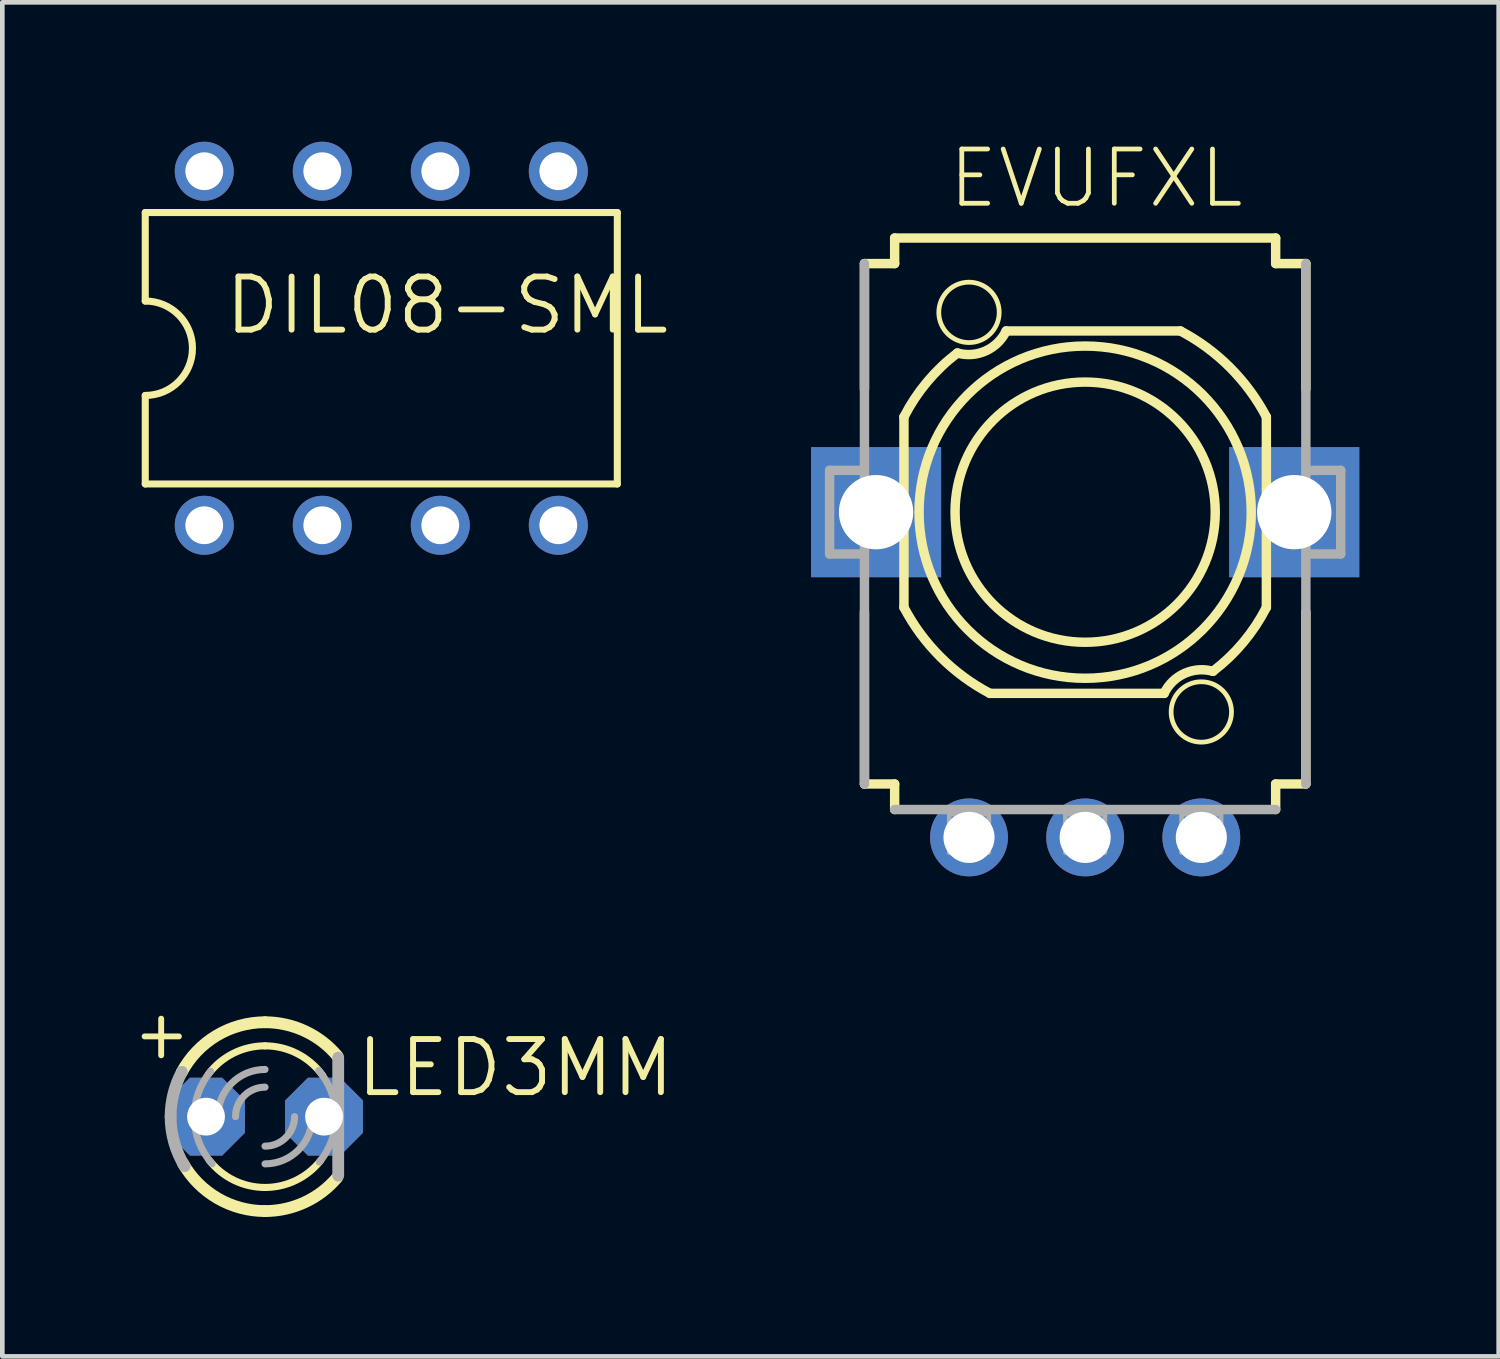
<source format=kicad_pcb>
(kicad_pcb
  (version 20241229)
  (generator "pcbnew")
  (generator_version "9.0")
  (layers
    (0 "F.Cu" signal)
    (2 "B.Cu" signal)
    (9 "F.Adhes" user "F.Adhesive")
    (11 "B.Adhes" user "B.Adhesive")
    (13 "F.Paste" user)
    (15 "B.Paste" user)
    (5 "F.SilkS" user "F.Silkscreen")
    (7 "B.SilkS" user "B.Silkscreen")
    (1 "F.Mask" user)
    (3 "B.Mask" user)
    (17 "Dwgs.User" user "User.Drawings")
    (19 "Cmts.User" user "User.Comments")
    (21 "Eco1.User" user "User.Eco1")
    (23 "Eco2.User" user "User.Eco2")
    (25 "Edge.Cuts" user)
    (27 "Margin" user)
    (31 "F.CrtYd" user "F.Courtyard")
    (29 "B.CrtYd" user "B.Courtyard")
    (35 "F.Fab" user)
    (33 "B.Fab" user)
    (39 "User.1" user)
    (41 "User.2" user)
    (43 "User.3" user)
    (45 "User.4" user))
  (footprint "DIL08-SML"
    (layer "F.Cu")
    (at 5.156 4.445)
    (property "Reference" "DIL08-SML" (at -3.429 -0.254 0) (layer "F.SilkS") (effects (font (size 1.143 1.143) (thickness 0.127)) (justify left bottom)))
    (fp_line (start -5.08 -2.921) (end -5.08 -1.016) (stroke (width 0.152) (type solid)) (layer "F.SilkS"))
    (fp_line (start -5.08 2.921) (end -5.08 1.016) (stroke (width 0.152) (type solid)) (layer "F.SilkS"))
    (fp_line (start -5.08 2.921) (end 5.08 2.921) (stroke (width 0.152) (type solid)) (layer "F.SilkS"))
    (fp_line (start 5.08 -2.921) (end -5.08 -2.921) (stroke (width 0.152) (type solid)) (layer "F.SilkS"))
    (fp_line (start 5.08 -2.921) (end 5.08 2.921) (stroke (width 0.152) (type solid)) (layer "F.SilkS"))
    (fp_arc (start -5.08 -1.016) (mid -4.064 0) (end -5.08 1.016) (stroke (width 0.1524) (type solid)) (layer "F.SilkS"))
    (pad "1" thru_hole circle (at -3.81 3.81 90) (size 1.27 1.27) (drill 0.813) (layers "*.Cu" "*.Mask"))
    (pad "2" thru_hole circle (at -1.27 3.81 90) (size 1.27 1.27) (drill 0.813) (layers "*.Cu" "*.Mask"))
    (pad "3" thru_hole circle (at 1.27 3.81 90) (size 1.27 1.27) (drill 0.813) (layers "*.Cu" "*.Mask"))
    (pad "4" thru_hole circle (at 3.81 3.81 90) (size 1.27 1.27) (drill 0.813) (layers "*.Cu" "*.Mask"))
    (pad "5" thru_hole circle (at 3.81 -3.81 90) (size 1.27 1.27) (drill 0.813) (layers "*.Cu" "*.Mask"))
    (pad "6" thru_hole circle (at 1.27 -3.81 90) (size 1.27 1.27) (drill 0.813) (layers "*.Cu" "*.Mask"))
    (pad "7" thru_hole circle (at -1.27 -3.81 90) (size 1.27 1.27) (drill 0.813) (layers "*.Cu" "*.Mask"))
    (pad "8" thru_hole circle (at -3.81 -3.81 90) (size 1.27 1.27) (drill 0.813) (layers "*.Cu" "*.Mask")))
  (footprint "EVUFXL"
    (layer "F.Cu")
    (at 20.305 7.973)
    (property "Reference" "EVUFXL" (at -3 -6.5 0) (layer "F.SilkS") (effects (font (size 1.168 1.168) (thickness 0.102)) (justify left bottom)))
    (fp_line (start -4.75 -2.65) (end -4.75 -5.35) (stroke (width 0.203) (type solid)) (layer "F.SilkS"))
    (fp_line (start -4.75 5.85) (end -4.75 2.15) (stroke (width 0.203) (type solid)) (layer "F.SilkS"))
    (fp_line (start -4.75 5.85) (end -4.1 5.85) (stroke (width 0.203) (type solid)) (layer "F.SilkS"))
    (fp_line (start -4.1 -5.9) (end -4.1 -5.35) (stroke (width 0.203) (type solid)) (layer "F.SilkS"))
    (fp_line (start -4.1 -5.9) (end 4.1 -5.9) (stroke (width 0.203) (type solid)) (layer "F.SilkS"))
    (fp_line (start -4.1 -5.35) (end -4.75 -5.35) (stroke (width 0.203) (type solid)) (layer "F.SilkS"))
    (fp_line (start -4.1 5.85) (end -4.1 6.4) (stroke (width 0.203) (type solid)) (layer "F.SilkS"))
    (fp_line (start -3.9 -2.05) (end -3.9 2.05) (stroke (width 0.203) (type solid)) (layer "F.SilkS"))
    (fp_line (start -1.7 -3.9) (end 2.05 -3.9) (stroke (width 0.203) (type solid)) (layer "F.SilkS"))
    (fp_line (start 1.7 3.9) (end -2.05 3.9) (stroke (width 0.203) (type solid)) (layer "F.SilkS"))
    (fp_line (start 3.9 2.05) (end 3.9 -2.05) (stroke (width 0.203) (type solid)) (layer "F.SilkS"))
    (fp_line (start 4.1 -5.35) (end 4.1 -5.9) (stroke (width 0.203) (type solid)) (layer "F.SilkS"))
    (fp_line (start 4.1 5.85) (end 4.75 5.85) (stroke (width 0.203) (type solid)) (layer "F.SilkS"))
    (fp_line (start 4.1 6.4) (end 4.1 5.85) (stroke (width 0.203) (type solid)) (layer "F.SilkS"))
    (fp_line (start 4.75 -5.35) (end 4.1 -5.35) (stroke (width 0.203) (type solid)) (layer "F.SilkS"))
    (fp_line (start 4.75 -5.35) (end 4.75 -2.65) (stroke (width 0.203) (type solid)) (layer "F.SilkS"))
    (fp_line (start 4.75 2.15) (end 4.75 5.85) (stroke (width 0.203) (type solid)) (layer "F.SilkS"))
    (fp_arc (start -3.9 -2.05) (mid -3.402413 -2.802246) (end -2.75 -3.425) (stroke (width 0.2032) (type solid)) (layer "F.SilkS"))
    (fp_arc (start -2.05 3.9) (mid -3.115486 3.115486) (end -3.9 2.05) (stroke (width 0.2032) (type solid)) (layer "F.SilkS"))
    (fp_arc (start -1.700001 -3.899999) (mid -2.138487 -3.471258) (end -2.75 -3.425) (stroke (width 0.2032) (type solid)) (layer "F.SilkS"))
    (fp_arc (start 1.700001 3.899999) (mid 2.138487 3.471258) (end 2.75 3.425) (stroke (width 0.2032) (type solid)) (layer "F.SilkS"))
    (fp_arc (start 2.05 -3.9) (mid 3.115486 -3.115486) (end 3.9 -2.05) (stroke (width 0.2032) (type solid)) (layer "F.SilkS"))
    (fp_arc (start 3.9 2.05) (mid 3.402413 2.802246) (end 2.75 3.425) (stroke (width 0.2032) (type solid)) (layer "F.SilkS"))
    (fp_circle (center -2.5 -4.3) (end -1.85 -4.3) (stroke (width 0.102) (type solid)) (fill no) (layer "F.SilkS"))
    (fp_circle (center 0 0) (end 2.8 0) (stroke (width 0.203) (type solid)) (fill no) (layer "F.SilkS"))
    (fp_circle (center 0 0) (end 3.575 0) (stroke (width 0.203) (type solid)) (fill no) (layer "F.SilkS"))
    (fp_circle (center 2.5 4.3) (end 3.15 4.3) (stroke (width 0.102) (type solid)) (fill no) (layer "F.SilkS"))
    (fp_line (start -5.5 -0.9) (end -5.5 0.9) (stroke (width 0.203) (type solid)) (layer "F.Fab"))
    (fp_line (start -5.5 0.9) (end -4.85 0.9) (stroke (width 0.203) (type solid)) (layer "F.Fab"))
    (fp_line (start -4.85 -0.9) (end -5.5 -0.9) (stroke (width 0.203) (type solid)) (layer "F.Fab"))
    (fp_line (start -4.75 5.85) (end -4.75 -5.35) (stroke (width 0.203) (type solid)) (layer "F.Fab"))
    (fp_line (start 4.1 6.4) (end -4.1 6.4) (stroke (width 0.203) (type solid)) (layer "F.Fab"))
    (fp_line (start 4.75 -5.35) (end 4.75 5.85) (stroke (width 0.203) (type solid)) (layer "F.Fab"))
    (fp_line (start 4.85 0.9) (end 5.5 0.9) (stroke (width 0.203) (type solid)) (layer "F.Fab"))
    (fp_line (start 5.5 -0.9) (end 4.85 -0.9) (stroke (width 0.203) (type solid)) (layer "F.Fab"))
    (fp_line (start 5.5 0.9) (end 5.5 -0.9) (stroke (width 0.203) (type solid)) (layer "F.Fab"))
    (fp_poly (pts (xy -2.925 7.325) (xy -2.075 7.325) (xy -2.075 6.5) (xy -2.925 6.5)) (stroke (width 0.1) (type default)) (fill no) (layer "F.Fab"))
    (fp_poly (pts (xy -0.425 7.325) (xy 0.425 7.325) (xy 0.425 6.5) (xy -0.425 6.5)) (stroke (width 0.1) (type default)) (fill no) (layer "F.Fab"))
    (fp_poly (pts (xy 2.075 7.325) (xy 2.925 7.325) (xy 2.925 6.5) (xy 2.075 6.5)) (stroke (width 0.1) (type default)) (fill no) (layer "F.Fab"))
    (pad "1" thru_hole circle (at -2.5 7 270) (size 1.676 1.676) (drill 1.1) (layers "*.Cu" "*.Mask"))
    (pad "2" thru_hole circle (at 0 7 270) (size 1.676 1.676) (drill 1.1) (layers "*.Cu" "*.Mask"))
    (pad "3" thru_hole circle (at 2.5 7 270) (size 1.676 1.676) (drill 1.1) (layers "*.Cu" "*.Mask"))
    (pad "M1" thru_hole rect (at 4.5 0 270) (size 2.8 2.8) (drill 1.6) (layers "*.Cu" "*.Mask"))
    (pad "M2" thru_hole rect (at -4.5 0 270) (size 2.8 2.8) (drill 1.6) (layers "*.Cu" "*.Mask")))
  (footprint "LED3MM"
    (layer "F.Cu")
    (at 2.654 20.983)
    (property "Reference" "LED3MM" (at 1.905 -0.381 0) (layer "F.SilkS") (effects (font (size 1.143 1.143) (thickness 0.127)) (justify left bottom)))
    (fp_line (start -2.591 -1.727) (end -1.854 -1.727) (stroke (width 0.127) (type solid)) (layer "F.SilkS"))
    (fp_line (start -2.235 -1.321) (end -2.235 -2.108) (stroke (width 0.127) (type solid)) (layer "F.SilkS"))
    (fp_arc (start -1.7929 -0.9562) (mid -1.045438 -1.7424) (end 0 -2.032) (stroke (width 0.254) (type solid)) (layer "F.SilkS"))
    (fp_arc (start -1.2192 -0.9144) (mid -0.681554 -1.363107) (end 0 -1.524) (stroke (width 0.1524) (type solid)) (layer "F.SilkS"))
    (fp_arc (start 0 -2.032) (mid 0.861864 -1.840173) (end 1.561 -1.3009) (stroke (width 0.254) (type solid)) (layer "F.SilkS"))
    (fp_arc (start 0 -1.524) (mid 0.697339 -1.355082) (end 1.2401 -0.885801) (stroke (width 0.1524) (type solid)) (layer "F.SilkS"))
    (fp_arc (start 0 1.524) (mid -0.669593 1.369018) (end -1.203 0.9356) (stroke (width 0.1524) (type solid)) (layer "F.SilkS"))
    (fp_arc (start 0 2.032) (mid -1.019924 1.757525) (end -1.7643 1.0082) (stroke (width 0.254) (type solid)) (layer "F.SilkS"))
    (fp_arc (start 1.203 0.9356) (mid 0.669593 1.369018) (end 0 1.524) (stroke (width 0.1524) (type solid)) (layer "F.SilkS"))
    (fp_arc (start 1.5512 1.3126) (mid 0.854953 1.843405) (end 0 2.032) (stroke (width 0.254) (type solid)) (layer "F.SilkS"))
    (fp_line (start 1.575 1.27) (end 1.575 -1.27) (stroke (width 0.254) (type solid)) (layer "F.Fab"))
    (fp_arc (start -2.032 0) (mid -1.970339 -0.496775) (end -1.7891 -0.9634) (stroke (width 0.254) (type solid)) (layer "F.Fab"))
    (fp_arc (start -1.7306 1.065) (mid -1.95521 0.553417) (end -2.032 0) (stroke (width 0.254) (type solid)) (layer "F.Fab"))
    (fp_arc (start -1.524 0) (mid -1.432981 -0.518783) (end -1.1708 -0.9756) (stroke (width 0.1524) (type solid)) (layer "F.Fab"))
    (fp_arc (start -1.1391 1.0125) (mid -1.42454 0.5416) (end -1.524 0) (stroke (width 0.1524) (type solid)) (layer "F.Fab"))
    (fp_arc (start -1.016 0) (mid -0.71842 -0.71842) (end 0 -1.016) (stroke (width 0.1524) (type solid)) (layer "F.Fab"))
    (fp_arc (start -0.635 0) (mid -0.449013 -0.449013) (end 0 -0.635) (stroke (width 0.1524) (type solid)) (layer "F.Fab"))
    (fp_arc (start 0.635 0) (mid 0.449013 0.449013) (end 0 0.635) (stroke (width 0.1524) (type solid)) (layer "F.Fab"))
    (fp_arc (start 1.016 0) (mid 0.71842 0.71842) (end 0 1.016) (stroke (width 0.1524) (type solid)) (layer "F.Fab"))
    (fp_arc (start 1.1571 -0.9918) (mid 1.429332 -0.528744) (end 1.524 0) (stroke (width 0.1524) (type solid)) (layer "F.Fab"))
    (fp_arc (start 1.524 0) (mid 1.432981 0.518783) (end 1.1708 0.9756) (stroke (width 0.1524) (type solid)) (layer "F.Fab"))
    (pad "A" thru_hole roundrect (at -1.27 0) (size 1.676 1.676) (drill 0.813) (layers "*.Cu" "*.Mask") (roundrect_rratio 0.25) (chamfer_ratio 0.293) (chamfer top_left top_right bottom_left bottom_right))
    (pad "K" thru_hole roundrect (at 1.27 0) (size 1.676 1.676) (drill 0.813) (layers "*.Cu" "*.Mask") (roundrect_rratio 0.25) (chamfer_ratio 0.293) (chamfer top_left top_right bottom_left bottom_right)))
  (gr_rect
    (start -3 -3)
    (end 29.205 26.142)
    (stroke (width 0.1) (type default))
    (fill no)
    (layer "Edge.Cuts")))
</source>
